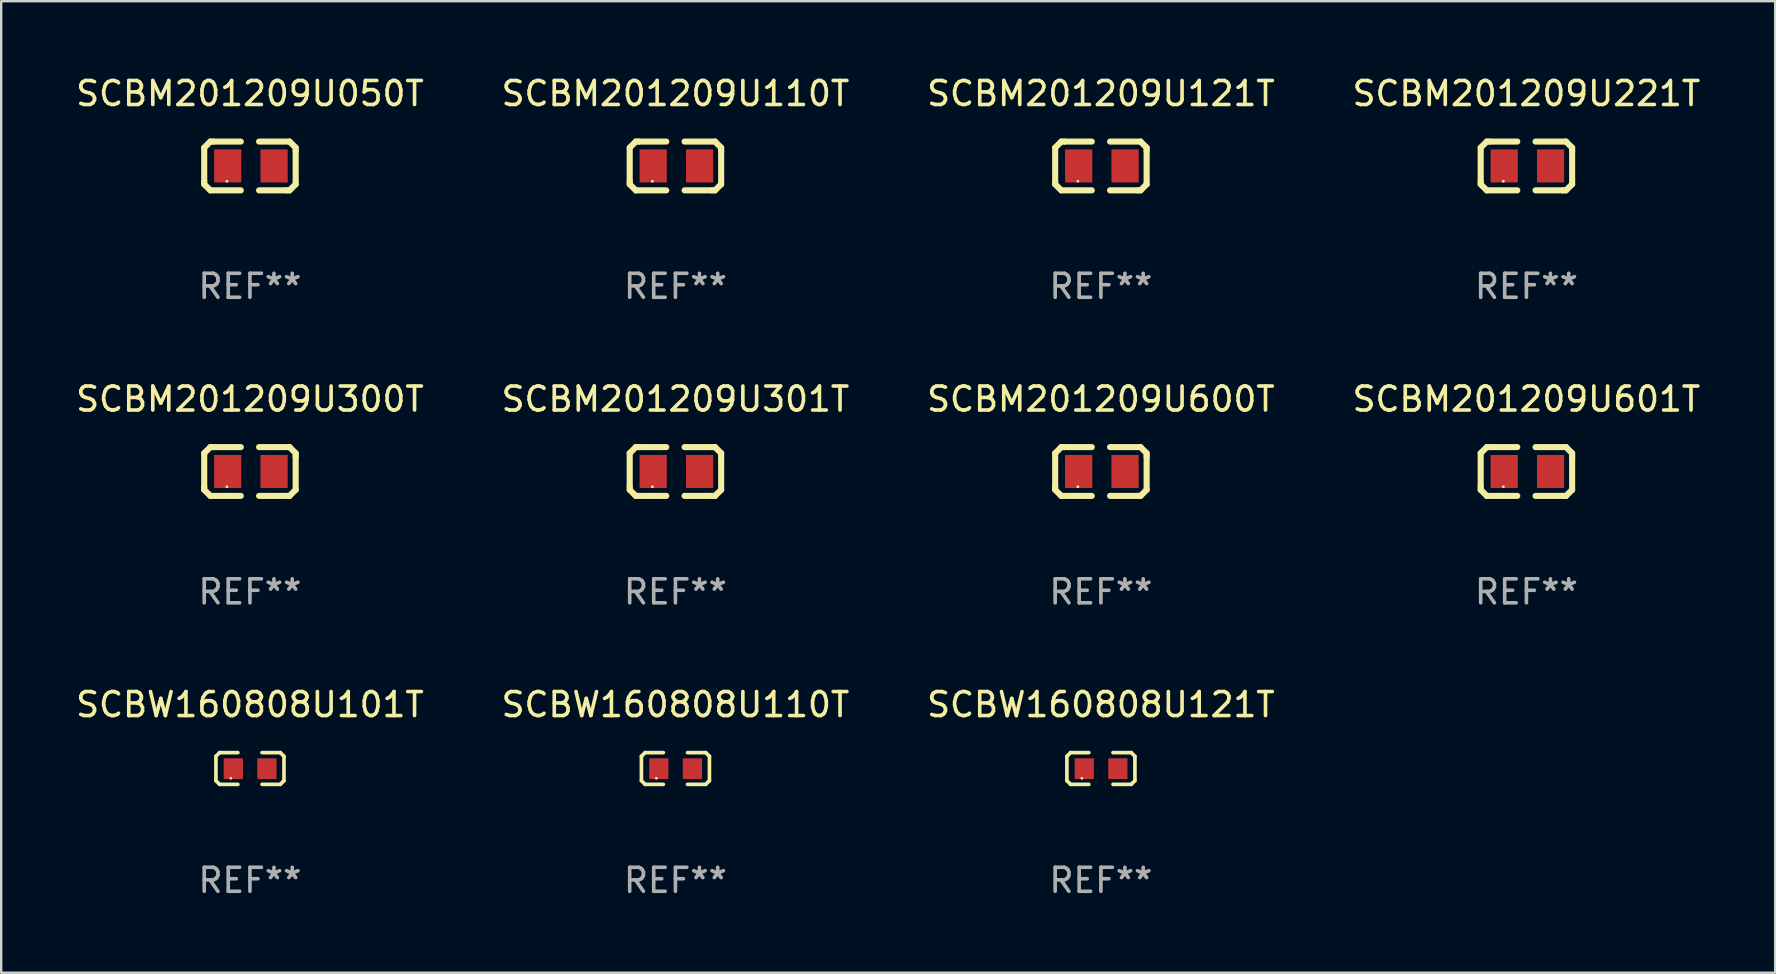
<source format=kicad_pcb>
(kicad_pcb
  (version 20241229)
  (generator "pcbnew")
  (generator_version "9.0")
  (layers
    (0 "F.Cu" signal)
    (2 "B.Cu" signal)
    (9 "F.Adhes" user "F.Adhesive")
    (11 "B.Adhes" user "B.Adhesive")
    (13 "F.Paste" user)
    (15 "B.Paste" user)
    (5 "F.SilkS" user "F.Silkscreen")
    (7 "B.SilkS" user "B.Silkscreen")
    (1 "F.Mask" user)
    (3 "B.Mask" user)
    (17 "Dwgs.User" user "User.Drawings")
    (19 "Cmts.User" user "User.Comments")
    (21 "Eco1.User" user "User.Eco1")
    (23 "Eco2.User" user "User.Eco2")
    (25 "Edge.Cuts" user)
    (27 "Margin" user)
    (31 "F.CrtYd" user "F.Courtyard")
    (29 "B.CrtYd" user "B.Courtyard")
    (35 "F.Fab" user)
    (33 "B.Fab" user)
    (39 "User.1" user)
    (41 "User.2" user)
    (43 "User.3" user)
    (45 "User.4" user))
  (footprint "SCBW160808U110T"
    (layer "F.Cu")
    (at 25.089 28.966)
    (property "Reference" "SCBW160808U110T" (at 0 -2.661 0) (layer "F.SilkS") (effects (font (size 1 1) (thickness 0.15))))
    (attr through_hole)
    (fp_line (start -1.417 -0.508) (end -1.265 -0.661) (stroke (width 0.152) (type solid)) (layer "F.SilkS"))
    (fp_line (start -1.417 0.508) (end -1.417 -0.508) (stroke (width 0.152) (type solid)) (layer "F.SilkS"))
    (fp_line (start -1.265 -0.661) (end -0.503 -0.661) (stroke (width 0.152) (type solid)) (layer "F.SilkS"))
    (fp_line (start -1.265 0.661) (end -1.417 0.508) (stroke (width 0.152) (type solid)) (layer "F.SilkS"))
    (fp_line (start -1.265 0.661) (end -0.503 0.661) (stroke (width 0.152) (type solid)) (layer "F.SilkS"))
    (fp_line (start 1.265 -0.661) (end 0.503 -0.661) (stroke (width 0.152) (type solid)) (layer "F.SilkS"))
    (fp_line (start 1.265 -0.661) (end 1.417 -0.508) (stroke (width 0.152) (type solid)) (layer "F.SilkS"))
    (fp_line (start 1.265 0.661) (end 0.503 0.661) (stroke (width 0.152) (type solid)) (layer "F.SilkS"))
    (fp_line (start 1.417 -0.508) (end 1.417 0.508) (stroke (width 0.152) (type solid)) (layer "F.SilkS"))
    (fp_line (start 1.417 0.508) (end 1.265 0.661) (stroke (width 0.152) (type solid)) (layer "F.SilkS"))
    (fp_circle (center -0.793 0.409) (end -0.763 0.409) (stroke (width 0.06) (type solid)) (fill no) (layer "F.SilkS"))
    (fp_text user "REF**" (at 0 4.661 0) (layer "F.Fab") (effects (font (size 1 1) (thickness 0.15))))
    (pad "1" smd rect (at -0.693 0.009 180) (size 0.8 0.864) (layers "F.Cu" "F.Mask" "F.Paste"))
    (pad "2" smd rect (at 0.707 0.009 180) (size 0.8 0.864) (layers "F.Cu" "F.Mask" "F.Paste")))
  (footprint "SCBW160808U101T"
    (layer "F.Cu")
    (at 7.363 28.966)
    (property "Reference" "SCBW160808U101T" (at 0 -2.661 0) (layer "F.SilkS") (effects (font (size 1 1) (thickness 0.15))))
    (attr through_hole)
    (fp_line (start -1.417 -0.508) (end -1.265 -0.661) (stroke (width 0.152) (type solid)) (layer "F.SilkS"))
    (fp_line (start -1.417 0.508) (end -1.417 -0.508) (stroke (width 0.152) (type solid)) (layer "F.SilkS"))
    (fp_line (start -1.265 -0.661) (end -0.503 -0.661) (stroke (width 0.152) (type solid)) (layer "F.SilkS"))
    (fp_line (start -1.265 0.661) (end -1.417 0.508) (stroke (width 0.152) (type solid)) (layer "F.SilkS"))
    (fp_line (start -1.265 0.661) (end -0.503 0.661) (stroke (width 0.152) (type solid)) (layer "F.SilkS"))
    (fp_line (start 1.265 -0.661) (end 0.503 -0.661) (stroke (width 0.152) (type solid)) (layer "F.SilkS"))
    (fp_line (start 1.265 -0.661) (end 1.417 -0.508) (stroke (width 0.152) (type solid)) (layer "F.SilkS"))
    (fp_line (start 1.265 0.661) (end 0.503 0.661) (stroke (width 0.152) (type solid)) (layer "F.SilkS"))
    (fp_line (start 1.417 -0.508) (end 1.417 0.508) (stroke (width 0.152) (type solid)) (layer "F.SilkS"))
    (fp_line (start 1.417 0.508) (end 1.265 0.661) (stroke (width 0.152) (type solid)) (layer "F.SilkS"))
    (fp_circle (center -0.793 0.409) (end -0.763 0.409) (stroke (width 0.06) (type solid)) (fill no) (layer "F.SilkS"))
    (fp_text user "REF**" (at 0 4.661 0) (layer "F.Fab") (effects (font (size 1 1) (thickness 0.15))))
    (pad "1" smd rect (at -0.693 0.009 180) (size 0.8 0.864) (layers "F.Cu" "F.Mask" "F.Paste"))
    (pad "2" smd rect (at 0.707 0.009 180) (size 0.8 0.864) (layers "F.Cu" "F.Mask" "F.Paste")))
  (footprint "SCBM201209U300T"
    (layer "F.Cu")
    (at 7.363 16.593)
    (property "Reference" "SCBM201209U300T" (at 0 -3.016 0) (layer "F.SilkS") (effects (font (size 1 1) (thickness 0.15))))
    (attr through_hole)
    (fp_line (start -1.905 -0.762) (end -1.905 0.635) (stroke (width 0.254) (type solid)) (layer "F.SilkS"))
    (fp_line (start -1.905 0.635) (end -1.905 0.762) (stroke (width 0.254) (type solid)) (layer "F.SilkS"))
    (fp_line (start -1.905 0.762) (end -1.651 1.016) (stroke (width 0.254) (type solid)) (layer "F.SilkS"))
    (fp_line (start -1.651 -1.016) (end -1.905 -0.762) (stroke (width 0.254) (type solid)) (layer "F.SilkS"))
    (fp_line (start -1.651 1.016) (end -0.381 1.016) (stroke (width 0.254) (type solid)) (layer "F.SilkS"))
    (fp_line (start -1.524 -1.016) (end -1.651 -1.016) (stroke (width 0.254) (type solid)) (layer "F.SilkS"))
    (fp_line (start -0.381 -1.016) (end -1.524 -1.016) (stroke (width 0.254) (type solid)) (layer "F.SilkS"))
    (fp_line (start 0.381 1.016) (end 1.524 1.016) (stroke (width 0.254) (type solid)) (layer "F.SilkS"))
    (fp_line (start 1.524 1.016) (end 1.651 1.016) (stroke (width 0.254) (type solid)) (layer "F.SilkS"))
    (fp_line (start 1.651 -1.016) (end 0.381 -1.016) (stroke (width 0.254) (type solid)) (layer "F.SilkS"))
    (fp_line (start 1.651 1.016) (end 1.905 0.762) (stroke (width 0.254) (type solid)) (layer "F.SilkS"))
    (fp_line (start 1.905 -0.762) (end 1.651 -1.016) (stroke (width 0.254) (type solid)) (layer "F.SilkS"))
    (fp_line (start 1.905 -0.635) (end 1.905 -0.762) (stroke (width 0.254) (type solid)) (layer "F.SilkS"))
    (fp_line (start 1.905 0.762) (end 1.905 -0.635) (stroke (width 0.254) (type solid)) (layer "F.SilkS"))
    (fp_circle (center -0.96 0.637) (end -0.93 0.637) (stroke (width 0.06) (type solid)) (fill no) (layer "F.SilkS"))
    (fp_text user "REF**" (at 0 5.016 0) (layer "F.Fab") (effects (font (size 1 1) (thickness 0.15))))
    (pad "1" smd rect (at -0.926 -0.000051) (size 1.133 1.377) (layers "F.Cu" "F.Mask" "F.Paste"))
    (pad "2" smd rect (at 1.006 -0.000051) (size 1.133 1.377) (layers "F.Cu" "F.Mask" "F.Paste")))
  (footprint "SCBW160808U121T"
    (layer "F.Cu")
    (at 42.815 28.966)
    (property "Reference" "SCBW160808U121T" (at 0 -2.661 0) (layer "F.SilkS") (effects (font (size 1 1) (thickness 0.15))))
    (attr through_hole)
    (fp_line (start -1.417 -0.508) (end -1.265 -0.661) (stroke (width 0.152) (type solid)) (layer "F.SilkS"))
    (fp_line (start -1.417 0.508) (end -1.417 -0.508) (stroke (width 0.152) (type solid)) (layer "F.SilkS"))
    (fp_line (start -1.265 -0.661) (end -0.503 -0.661) (stroke (width 0.152) (type solid)) (layer "F.SilkS"))
    (fp_line (start -1.265 0.661) (end -1.417 0.508) (stroke (width 0.152) (type solid)) (layer "F.SilkS"))
    (fp_line (start -1.265 0.661) (end -0.503 0.661) (stroke (width 0.152) (type solid)) (layer "F.SilkS"))
    (fp_line (start 1.265 -0.661) (end 0.503 -0.661) (stroke (width 0.152) (type solid)) (layer "F.SilkS"))
    (fp_line (start 1.265 -0.661) (end 1.417 -0.508) (stroke (width 0.152) (type solid)) (layer "F.SilkS"))
    (fp_line (start 1.265 0.661) (end 0.503 0.661) (stroke (width 0.152) (type solid)) (layer "F.SilkS"))
    (fp_line (start 1.417 -0.508) (end 1.417 0.508) (stroke (width 0.152) (type solid)) (layer "F.SilkS"))
    (fp_line (start 1.417 0.508) (end 1.265 0.661) (stroke (width 0.152) (type solid)) (layer "F.SilkS"))
    (fp_circle (center -0.793 0.409) (end -0.763 0.409) (stroke (width 0.06) (type solid)) (fill no) (layer "F.SilkS"))
    (fp_text user "REF**" (at 0 4.661 0) (layer "F.Fab") (effects (font (size 1 1) (thickness 0.15))))
    (pad "1" smd rect (at -0.693 0.009 180) (size 0.8 0.864) (layers "F.Cu" "F.Mask" "F.Paste"))
    (pad "2" smd rect (at 0.707 0.009 180) (size 0.8 0.864) (layers "F.Cu" "F.Mask" "F.Paste")))
  (footprint "SCBM201209U600T"
    (layer "F.Cu")
    (at 42.815 16.593)
    (property "Reference" "SCBM201209U600T" (at 0 -3.016 0) (layer "F.SilkS") (effects (font (size 1 1) (thickness 0.15))))
    (attr through_hole)
    (fp_line (start -1.905 -0.762) (end -1.905 0.635) (stroke (width 0.254) (type solid)) (layer "F.SilkS"))
    (fp_line (start -1.905 0.635) (end -1.905 0.762) (stroke (width 0.254) (type solid)) (layer "F.SilkS"))
    (fp_line (start -1.905 0.762) (end -1.651 1.016) (stroke (width 0.254) (type solid)) (layer "F.SilkS"))
    (fp_line (start -1.651 -1.016) (end -1.905 -0.762) (stroke (width 0.254) (type solid)) (layer "F.SilkS"))
    (fp_line (start -1.651 1.016) (end -0.381 1.016) (stroke (width 0.254) (type solid)) (layer "F.SilkS"))
    (fp_line (start -1.524 -1.016) (end -1.651 -1.016) (stroke (width 0.254) (type solid)) (layer "F.SilkS"))
    (fp_line (start -0.381 -1.016) (end -1.524 -1.016) (stroke (width 0.254) (type solid)) (layer "F.SilkS"))
    (fp_line (start 0.381 1.016) (end 1.524 1.016) (stroke (width 0.254) (type solid)) (layer "F.SilkS"))
    (fp_line (start 1.524 1.016) (end 1.651 1.016) (stroke (width 0.254) (type solid)) (layer "F.SilkS"))
    (fp_line (start 1.651 -1.016) (end 0.381 -1.016) (stroke (width 0.254) (type solid)) (layer "F.SilkS"))
    (fp_line (start 1.651 1.016) (end 1.905 0.762) (stroke (width 0.254) (type solid)) (layer "F.SilkS"))
    (fp_line (start 1.905 -0.762) (end 1.651 -1.016) (stroke (width 0.254) (type solid)) (layer "F.SilkS"))
    (fp_line (start 1.905 -0.635) (end 1.905 -0.762) (stroke (width 0.254) (type solid)) (layer "F.SilkS"))
    (fp_line (start 1.905 0.762) (end 1.905 -0.635) (stroke (width 0.254) (type solid)) (layer "F.SilkS"))
    (fp_circle (center -0.96 0.637) (end -0.93 0.637) (stroke (width 0.06) (type solid)) (fill no) (layer "F.SilkS"))
    (fp_text user "REF**" (at 0 5.016 0) (layer "F.Fab") (effects (font (size 1 1) (thickness 0.15))))
    (pad "1" smd rect (at -0.926 -0.000051) (size 1.133 1.377) (layers "F.Cu" "F.Mask" "F.Paste"))
    (pad "2" smd rect (at 1.006 -0.000051) (size 1.133 1.377) (layers "F.Cu" "F.Mask" "F.Paste")))
  (footprint "SCBM201209U110T"
    (layer "F.Cu")
    (at 25.089 3.864)
    (property "Reference" "SCBM201209U110T" (at 0 -3.016 0) (layer "F.SilkS") (effects (font (size 1 1) (thickness 0.15))))
    (attr through_hole)
    (fp_line (start -1.905 -0.762) (end -1.905 0.635) (stroke (width 0.254) (type solid)) (layer "F.SilkS"))
    (fp_line (start -1.905 0.635) (end -1.905 0.762) (stroke (width 0.254) (type solid)) (layer "F.SilkS"))
    (fp_line (start -1.905 0.762) (end -1.651 1.016) (stroke (width 0.254) (type solid)) (layer "F.SilkS"))
    (fp_line (start -1.651 -1.016) (end -1.905 -0.762) (stroke (width 0.254) (type solid)) (layer "F.SilkS"))
    (fp_line (start -1.651 1.016) (end -0.381 1.016) (stroke (width 0.254) (type solid)) (layer "F.SilkS"))
    (fp_line (start -1.524 -1.016) (end -1.651 -1.016) (stroke (width 0.254) (type solid)) (layer "F.SilkS"))
    (fp_line (start -0.381 -1.016) (end -1.524 -1.016) (stroke (width 0.254) (type solid)) (layer "F.SilkS"))
    (fp_line (start 0.381 1.016) (end 1.524 1.016) (stroke (width 0.254) (type solid)) (layer "F.SilkS"))
    (fp_line (start 1.524 1.016) (end 1.651 1.016) (stroke (width 0.254) (type solid)) (layer "F.SilkS"))
    (fp_line (start 1.651 -1.016) (end 0.381 -1.016) (stroke (width 0.254) (type solid)) (layer "F.SilkS"))
    (fp_line (start 1.651 1.016) (end 1.905 0.762) (stroke (width 0.254) (type solid)) (layer "F.SilkS"))
    (fp_line (start 1.905 -0.762) (end 1.651 -1.016) (stroke (width 0.254) (type solid)) (layer "F.SilkS"))
    (fp_line (start 1.905 -0.635) (end 1.905 -0.762) (stroke (width 0.254) (type solid)) (layer "F.SilkS"))
    (fp_line (start 1.905 0.762) (end 1.905 -0.635) (stroke (width 0.254) (type solid)) (layer "F.SilkS"))
    (fp_circle (center -0.96 0.637) (end -0.93 0.637) (stroke (width 0.06) (type solid)) (fill no) (layer "F.SilkS"))
    (fp_text user "REF**" (at 0 5.016 0) (layer "F.Fab") (effects (font (size 1 1) (thickness 0.15))))
    (pad "1" smd rect (at -0.926 -0.000051) (size 1.133 1.377) (layers "F.Cu" "F.Mask" "F.Paste"))
    (pad "2" smd rect (at 1.006 -0.000051) (size 1.133 1.377) (layers "F.Cu" "F.Mask" "F.Paste")))
  (footprint "SCBM201209U301T"
    (layer "F.Cu")
    (at 25.089 16.593)
    (property "Reference" "SCBM201209U301T" (at 0 -3.016 0) (layer "F.SilkS") (effects (font (size 1 1) (thickness 0.15))))
    (attr through_hole)
    (fp_line (start -1.905 -0.762) (end -1.905 0.635) (stroke (width 0.254) (type solid)) (layer "F.SilkS"))
    (fp_line (start -1.905 0.635) (end -1.905 0.762) (stroke (width 0.254) (type solid)) (layer "F.SilkS"))
    (fp_line (start -1.905 0.762) (end -1.651 1.016) (stroke (width 0.254) (type solid)) (layer "F.SilkS"))
    (fp_line (start -1.651 -1.016) (end -1.905 -0.762) (stroke (width 0.254) (type solid)) (layer "F.SilkS"))
    (fp_line (start -1.651 1.016) (end -0.381 1.016) (stroke (width 0.254) (type solid)) (layer "F.SilkS"))
    (fp_line (start -1.524 -1.016) (end -1.651 -1.016) (stroke (width 0.254) (type solid)) (layer "F.SilkS"))
    (fp_line (start -0.381 -1.016) (end -1.524 -1.016) (stroke (width 0.254) (type solid)) (layer "F.SilkS"))
    (fp_line (start 0.381 1.016) (end 1.524 1.016) (stroke (width 0.254) (type solid)) (layer "F.SilkS"))
    (fp_line (start 1.524 1.016) (end 1.651 1.016) (stroke (width 0.254) (type solid)) (layer "F.SilkS"))
    (fp_line (start 1.651 -1.016) (end 0.381 -1.016) (stroke (width 0.254) (type solid)) (layer "F.SilkS"))
    (fp_line (start 1.651 1.016) (end 1.905 0.762) (stroke (width 0.254) (type solid)) (layer "F.SilkS"))
    (fp_line (start 1.905 -0.762) (end 1.651 -1.016) (stroke (width 0.254) (type solid)) (layer "F.SilkS"))
    (fp_line (start 1.905 -0.635) (end 1.905 -0.762) (stroke (width 0.254) (type solid)) (layer "F.SilkS"))
    (fp_line (start 1.905 0.762) (end 1.905 -0.635) (stroke (width 0.254) (type solid)) (layer "F.SilkS"))
    (fp_circle (center -0.96 0.637) (end -0.93 0.637) (stroke (width 0.06) (type solid)) (fill no) (layer "F.SilkS"))
    (fp_text user "REF**" (at 0 5.016 0) (layer "F.Fab") (effects (font (size 1 1) (thickness 0.15))))
    (pad "1" smd rect (at -0.926 -0.000051) (size 1.133 1.377) (layers "F.Cu" "F.Mask" "F.Paste"))
    (pad "2" smd rect (at 1.006 -0.000051) (size 1.133 1.377) (layers "F.Cu" "F.Mask" "F.Paste")))
  (footprint "SCBM201209U221T"
    (layer "F.Cu")
    (at 60.542 3.864)
    (property "Reference" "SCBM201209U221T" (at 0 -3.016 0) (layer "F.SilkS") (effects (font (size 1 1) (thickness 0.15))))
    (attr through_hole)
    (fp_line (start -1.905 -0.762) (end -1.905 0.635) (stroke (width 0.254) (type solid)) (layer "F.SilkS"))
    (fp_line (start -1.905 0.635) (end -1.905 0.762) (stroke (width 0.254) (type solid)) (layer "F.SilkS"))
    (fp_line (start -1.905 0.762) (end -1.651 1.016) (stroke (width 0.254) (type solid)) (layer "F.SilkS"))
    (fp_line (start -1.651 -1.016) (end -1.905 -0.762) (stroke (width 0.254) (type solid)) (layer "F.SilkS"))
    (fp_line (start -1.651 1.016) (end -0.381 1.016) (stroke (width 0.254) (type solid)) (layer "F.SilkS"))
    (fp_line (start -1.524 -1.016) (end -1.651 -1.016) (stroke (width 0.254) (type solid)) (layer "F.SilkS"))
    (fp_line (start -0.381 -1.016) (end -1.524 -1.016) (stroke (width 0.254) (type solid)) (layer "F.SilkS"))
    (fp_line (start 0.381 1.016) (end 1.524 1.016) (stroke (width 0.254) (type solid)) (layer "F.SilkS"))
    (fp_line (start 1.524 1.016) (end 1.651 1.016) (stroke (width 0.254) (type solid)) (layer "F.SilkS"))
    (fp_line (start 1.651 -1.016) (end 0.381 -1.016) (stroke (width 0.254) (type solid)) (layer "F.SilkS"))
    (fp_line (start 1.651 1.016) (end 1.905 0.762) (stroke (width 0.254) (type solid)) (layer "F.SilkS"))
    (fp_line (start 1.905 -0.762) (end 1.651 -1.016) (stroke (width 0.254) (type solid)) (layer "F.SilkS"))
    (fp_line (start 1.905 -0.635) (end 1.905 -0.762) (stroke (width 0.254) (type solid)) (layer "F.SilkS"))
    (fp_line (start 1.905 0.762) (end 1.905 -0.635) (stroke (width 0.254) (type solid)) (layer "F.SilkS"))
    (fp_circle (center -0.96 0.637) (end -0.93 0.637) (stroke (width 0.06) (type solid)) (fill no) (layer "F.SilkS"))
    (fp_text user "REF**" (at 0 5.016 0) (layer "F.Fab") (effects (font (size 1 1) (thickness 0.15))))
    (pad "1" smd rect (at -0.926 -0.000051) (size 1.133 1.377) (layers "F.Cu" "F.Mask" "F.Paste"))
    (pad "2" smd rect (at 1.006 -0.000051) (size 1.133 1.377) (layers "F.Cu" "F.Mask" "F.Paste")))
  (footprint "SCBM201209U050T"
    (layer "F.Cu")
    (at 7.363 3.864)
    (property "Reference" "SCBM201209U050T" (at 0 -3.016 0) (layer "F.SilkS") (effects (font (size 1 1) (thickness 0.15))))
    (attr through_hole)
    (fp_line (start -1.905 -0.762) (end -1.905 0.635) (stroke (width 0.254) (type solid)) (layer "F.SilkS"))
    (fp_line (start -1.905 0.635) (end -1.905 0.762) (stroke (width 0.254) (type solid)) (layer "F.SilkS"))
    (fp_line (start -1.905 0.762) (end -1.651 1.016) (stroke (width 0.254) (type solid)) (layer "F.SilkS"))
    (fp_line (start -1.651 -1.016) (end -1.905 -0.762) (stroke (width 0.254) (type solid)) (layer "F.SilkS"))
    (fp_line (start -1.651 1.016) (end -0.381 1.016) (stroke (width 0.254) (type solid)) (layer "F.SilkS"))
    (fp_line (start -1.524 -1.016) (end -1.651 -1.016) (stroke (width 0.254) (type solid)) (layer "F.SilkS"))
    (fp_line (start -0.381 -1.016) (end -1.524 -1.016) (stroke (width 0.254) (type solid)) (layer "F.SilkS"))
    (fp_line (start 0.381 1.016) (end 1.524 1.016) (stroke (width 0.254) (type solid)) (layer "F.SilkS"))
    (fp_line (start 1.524 1.016) (end 1.651 1.016) (stroke (width 0.254) (type solid)) (layer "F.SilkS"))
    (fp_line (start 1.651 -1.016) (end 0.381 -1.016) (stroke (width 0.254) (type solid)) (layer "F.SilkS"))
    (fp_line (start 1.651 1.016) (end 1.905 0.762) (stroke (width 0.254) (type solid)) (layer "F.SilkS"))
    (fp_line (start 1.905 -0.762) (end 1.651 -1.016) (stroke (width 0.254) (type solid)) (layer "F.SilkS"))
    (fp_line (start 1.905 -0.635) (end 1.905 -0.762) (stroke (width 0.254) (type solid)) (layer "F.SilkS"))
    (fp_line (start 1.905 0.762) (end 1.905 -0.635) (stroke (width 0.254) (type solid)) (layer "F.SilkS"))
    (fp_circle (center -0.96 0.637) (end -0.93 0.637) (stroke (width 0.06) (type solid)) (fill no) (layer "F.SilkS"))
    (fp_text user "REF**" (at 0 5.016 0) (layer "F.Fab") (effects (font (size 1 1) (thickness 0.15))))
    (pad "1" smd rect (at -0.926 -0.000051) (size 1.133 1.377) (layers "F.Cu" "F.Mask" "F.Paste"))
    (pad "2" smd rect (at 1.006 -0.000051) (size 1.133 1.377) (layers "F.Cu" "F.Mask" "F.Paste")))
  (footprint "SCBM201209U601T"
    (layer "F.Cu")
    (at 60.542 16.593)
    (property "Reference" "SCBM201209U601T" (at 0 -3.016 0) (layer "F.SilkS") (effects (font (size 1 1) (thickness 0.15))))
    (attr through_hole)
    (fp_line (start -1.905 -0.762) (end -1.905 0.635) (stroke (width 0.254) (type solid)) (layer "F.SilkS"))
    (fp_line (start -1.905 0.635) (end -1.905 0.762) (stroke (width 0.254) (type solid)) (layer "F.SilkS"))
    (fp_line (start -1.905 0.762) (end -1.651 1.016) (stroke (width 0.254) (type solid)) (layer "F.SilkS"))
    (fp_line (start -1.651 -1.016) (end -1.905 -0.762) (stroke (width 0.254) (type solid)) (layer "F.SilkS"))
    (fp_line (start -1.651 1.016) (end -0.381 1.016) (stroke (width 0.254) (type solid)) (layer "F.SilkS"))
    (fp_line (start -1.524 -1.016) (end -1.651 -1.016) (stroke (width 0.254) (type solid)) (layer "F.SilkS"))
    (fp_line (start -0.381 -1.016) (end -1.524 -1.016) (stroke (width 0.254) (type solid)) (layer "F.SilkS"))
    (fp_line (start 0.381 1.016) (end 1.524 1.016) (stroke (width 0.254) (type solid)) (layer "F.SilkS"))
    (fp_line (start 1.524 1.016) (end 1.651 1.016) (stroke (width 0.254) (type solid)) (layer "F.SilkS"))
    (fp_line (start 1.651 -1.016) (end 0.381 -1.016) (stroke (width 0.254) (type solid)) (layer "F.SilkS"))
    (fp_line (start 1.651 1.016) (end 1.905 0.762) (stroke (width 0.254) (type solid)) (layer "F.SilkS"))
    (fp_line (start 1.905 -0.762) (end 1.651 -1.016) (stroke (width 0.254) (type solid)) (layer "F.SilkS"))
    (fp_line (start 1.905 -0.635) (end 1.905 -0.762) (stroke (width 0.254) (type solid)) (layer "F.SilkS"))
    (fp_line (start 1.905 0.762) (end 1.905 -0.635) (stroke (width 0.254) (type solid)) (layer "F.SilkS"))
    (fp_circle (center -0.96 0.637) (end -0.93 0.637) (stroke (width 0.06) (type solid)) (fill no) (layer "F.SilkS"))
    (fp_text user "REF**" (at 0 5.016 0) (layer "F.Fab") (effects (font (size 1 1) (thickness 0.15))))
    (pad "1" smd rect (at -0.926 -0.000051) (size 1.133 1.377) (layers "F.Cu" "F.Mask" "F.Paste"))
    (pad "2" smd rect (at 1.006 -0.000051) (size 1.133 1.377) (layers "F.Cu" "F.Mask" "F.Paste")))
  (footprint "SCBM201209U121T"
    (layer "F.Cu")
    (at 42.815 3.864)
    (property "Reference" "SCBM201209U121T" (at 0 -3.016 0) (layer "F.SilkS") (effects (font (size 1 1) (thickness 0.15))))
    (attr through_hole)
    (fp_line (start -1.905 -0.762) (end -1.905 0.635) (stroke (width 0.254) (type solid)) (layer "F.SilkS"))
    (fp_line (start -1.905 0.635) (end -1.905 0.762) (stroke (width 0.254) (type solid)) (layer "F.SilkS"))
    (fp_line (start -1.905 0.762) (end -1.651 1.016) (stroke (width 0.254) (type solid)) (layer "F.SilkS"))
    (fp_line (start -1.651 -1.016) (end -1.905 -0.762) (stroke (width 0.254) (type solid)) (layer "F.SilkS"))
    (fp_line (start -1.651 1.016) (end -0.381 1.016) (stroke (width 0.254) (type solid)) (layer "F.SilkS"))
    (fp_line (start -1.524 -1.016) (end -1.651 -1.016) (stroke (width 0.254) (type solid)) (layer "F.SilkS"))
    (fp_line (start -0.381 -1.016) (end -1.524 -1.016) (stroke (width 0.254) (type solid)) (layer "F.SilkS"))
    (fp_line (start 0.381 1.016) (end 1.524 1.016) (stroke (width 0.254) (type solid)) (layer "F.SilkS"))
    (fp_line (start 1.524 1.016) (end 1.651 1.016) (stroke (width 0.254) (type solid)) (layer "F.SilkS"))
    (fp_line (start 1.651 -1.016) (end 0.381 -1.016) (stroke (width 0.254) (type solid)) (layer "F.SilkS"))
    (fp_line (start 1.651 1.016) (end 1.905 0.762) (stroke (width 0.254) (type solid)) (layer "F.SilkS"))
    (fp_line (start 1.905 -0.762) (end 1.651 -1.016) (stroke (width 0.254) (type solid)) (layer "F.SilkS"))
    (fp_line (start 1.905 -0.635) (end 1.905 -0.762) (stroke (width 0.254) (type solid)) (layer "F.SilkS"))
    (fp_line (start 1.905 0.762) (end 1.905 -0.635) (stroke (width 0.254) (type solid)) (layer "F.SilkS"))
    (fp_circle (center -0.96 0.637) (end -0.93 0.637) (stroke (width 0.06) (type solid)) (fill no) (layer "F.SilkS"))
    (fp_text user "REF**" (at 0 5.016 0) (layer "F.Fab") (effects (font (size 1 1) (thickness 0.15))))
    (pad "1" smd rect (at -0.926 -0.000051) (size 1.133 1.377) (layers "F.Cu" "F.Mask" "F.Paste"))
    (pad "2" smd rect (at 1.006 -0.000051) (size 1.133 1.377) (layers "F.Cu" "F.Mask" "F.Paste")))
  (gr_rect
    (start -3 -3)
    (end 70.905 37.475)
    (stroke (width 0.1) (type default))
    (fill no)
    (layer "Edge.Cuts")))
</source>
